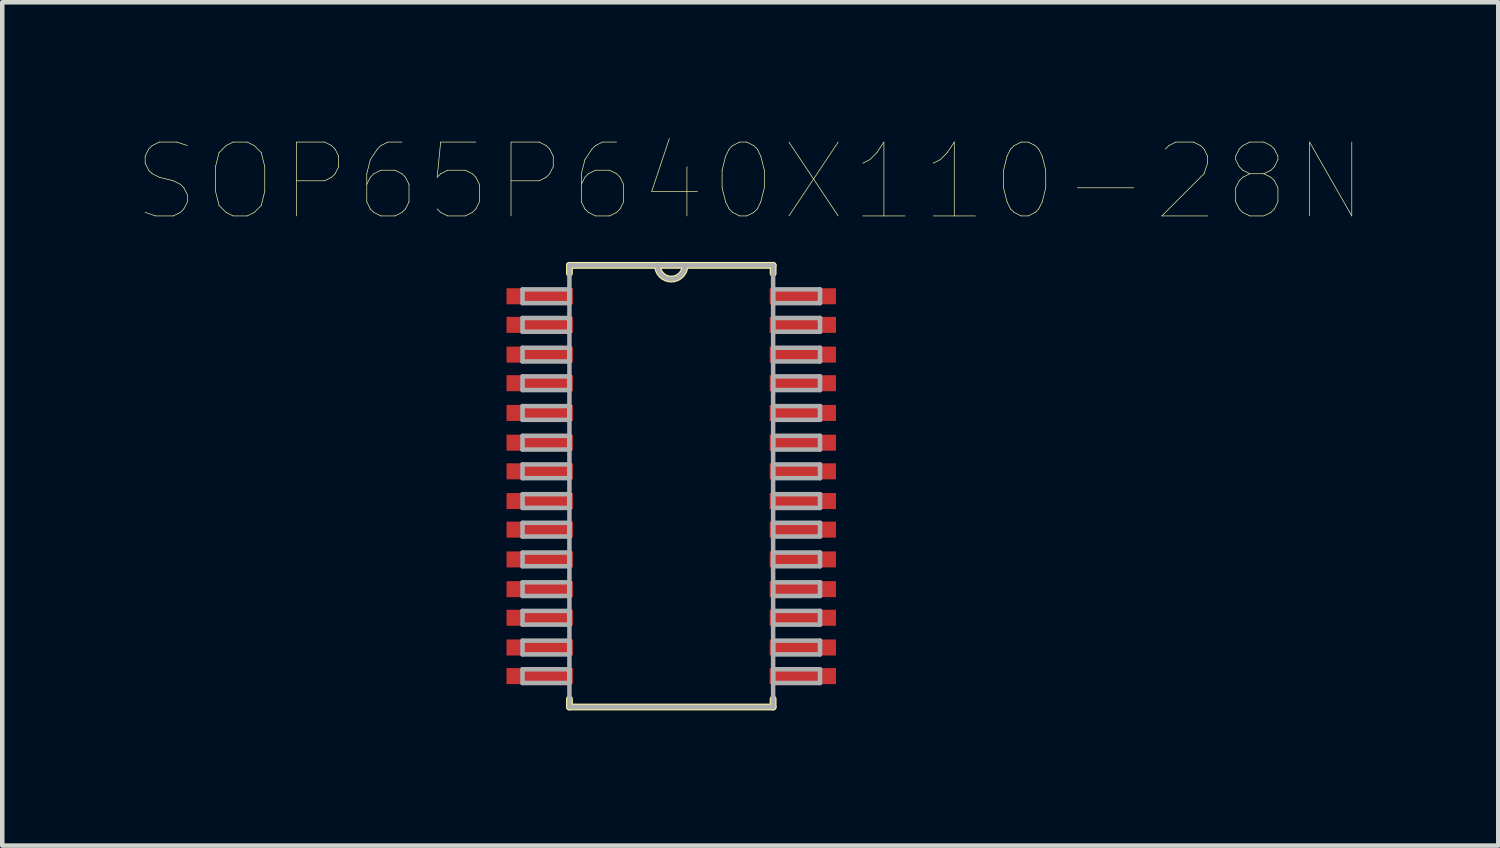
<source format=kicad_pcb>
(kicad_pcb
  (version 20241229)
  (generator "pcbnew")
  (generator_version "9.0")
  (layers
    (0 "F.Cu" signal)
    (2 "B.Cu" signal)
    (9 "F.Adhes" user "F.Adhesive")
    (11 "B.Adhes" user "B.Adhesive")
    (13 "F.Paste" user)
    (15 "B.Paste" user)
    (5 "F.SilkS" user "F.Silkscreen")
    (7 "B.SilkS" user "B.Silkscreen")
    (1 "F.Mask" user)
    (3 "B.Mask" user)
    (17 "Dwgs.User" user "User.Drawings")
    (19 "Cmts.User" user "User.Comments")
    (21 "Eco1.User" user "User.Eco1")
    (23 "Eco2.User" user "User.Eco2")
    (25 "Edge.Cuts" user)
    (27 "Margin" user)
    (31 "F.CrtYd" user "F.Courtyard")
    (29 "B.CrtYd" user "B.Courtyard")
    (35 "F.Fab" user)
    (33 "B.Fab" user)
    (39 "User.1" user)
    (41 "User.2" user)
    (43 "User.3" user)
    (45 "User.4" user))
  (footprint "SOP65P640X110-28N"
    (layer "F.Cu")
    (at 11.852 7.743)
    (property "Reference" "SOP65P640X110-28N" (at 1.753 -6.757 0) (layer "F.SilkS") (effects (font (size 1.64 1.64) (thickness 0.015))))
    (attr through_hole)
    (fp_line (start -2.261 -4.902) (end -2.261 -4.724) (stroke (width 0.152) (type solid)) (layer "F.SilkS"))
    (fp_line (start -2.261 4.724) (end -2.261 4.902) (stroke (width 0.152) (type solid)) (layer "F.SilkS"))
    (fp_line (start -2.261 4.902) (end 2.261 4.902) (stroke (width 0.152) (type solid)) (layer "F.SilkS"))
    (fp_line (start -0.305 -4.902) (end -2.261 -4.902) (stroke (width 0.152) (type solid)) (layer "F.SilkS"))
    (fp_line (start 0.305 -4.902) (end -0.305 -4.902) (stroke (width 0.152) (type solid)) (layer "F.SilkS"))
    (fp_line (start 2.261 -4.902) (end 0.305 -4.902) (stroke (width 0.152) (type solid)) (layer "F.SilkS"))
    (fp_line (start 2.261 -4.724) (end 2.261 -4.902) (stroke (width 0.152) (type solid)) (layer "F.SilkS"))
    (fp_line (start 2.261 4.902) (end 2.261 4.724) (stroke (width 0.152) (type solid)) (layer "F.SilkS"))
    (fp_arc (start 0.3048 -4.9022) (mid 0 -4.5974) (end -0.3048 -4.9022) (stroke (width 0.1524) (type solid)) (layer "F.SilkS"))
    (fp_line (start -3.302 -4.369) (end -3.302 -4.064) (stroke (width 0.1) (type solid)) (layer "F.Fab"))
    (fp_line (start -3.302 -4.064) (end -2.261 -4.064) (stroke (width 0.1) (type solid)) (layer "F.Fab"))
    (fp_line (start -3.302 -3.734) (end -3.302 -3.429) (stroke (width 0.1) (type solid)) (layer "F.Fab"))
    (fp_line (start -3.302 -3.429) (end -2.261 -3.429) (stroke (width 0.1) (type solid)) (layer "F.Fab"))
    (fp_line (start -3.302 -3.073) (end -3.302 -2.769) (stroke (width 0.1) (type solid)) (layer "F.Fab"))
    (fp_line (start -3.302 -2.769) (end -2.261 -2.769) (stroke (width 0.1) (type solid)) (layer "F.Fab"))
    (fp_line (start -3.302 -2.438) (end -3.302 -2.134) (stroke (width 0.1) (type solid)) (layer "F.Fab"))
    (fp_line (start -3.302 -2.134) (end -2.261 -2.134) (stroke (width 0.1) (type solid)) (layer "F.Fab"))
    (fp_line (start -3.302 -1.778) (end -3.302 -1.473) (stroke (width 0.1) (type solid)) (layer "F.Fab"))
    (fp_line (start -3.302 -1.473) (end -2.261 -1.473) (stroke (width 0.1) (type solid)) (layer "F.Fab"))
    (fp_line (start -3.302 -1.118) (end -3.302 -0.813) (stroke (width 0.1) (type solid)) (layer "F.Fab"))
    (fp_line (start -3.302 -0.813) (end -2.261 -0.813) (stroke (width 0.1) (type solid)) (layer "F.Fab"))
    (fp_line (start -3.302 -0.483) (end -3.302 -0.178) (stroke (width 0.1) (type solid)) (layer "F.Fab"))
    (fp_line (start -3.302 -0.178) (end -2.261 -0.178) (stroke (width 0.1) (type solid)) (layer "F.Fab"))
    (fp_line (start -3.302 0.178) (end -3.302 0.483) (stroke (width 0.1) (type solid)) (layer "F.Fab"))
    (fp_line (start -3.302 0.483) (end -2.261 0.483) (stroke (width 0.1) (type solid)) (layer "F.Fab"))
    (fp_line (start -3.302 0.813) (end -3.302 1.118) (stroke (width 0.1) (type solid)) (layer "F.Fab"))
    (fp_line (start -3.302 1.118) (end -2.261 1.118) (stroke (width 0.1) (type solid)) (layer "F.Fab"))
    (fp_line (start -3.302 1.473) (end -3.302 1.778) (stroke (width 0.1) (type solid)) (layer "F.Fab"))
    (fp_line (start -3.302 1.778) (end -2.261 1.778) (stroke (width 0.1) (type solid)) (layer "F.Fab"))
    (fp_line (start -3.302 2.134) (end -3.302 2.438) (stroke (width 0.1) (type solid)) (layer "F.Fab"))
    (fp_line (start -3.302 2.438) (end -2.261 2.438) (stroke (width 0.1) (type solid)) (layer "F.Fab"))
    (fp_line (start -3.302 2.769) (end -3.302 3.073) (stroke (width 0.1) (type solid)) (layer "F.Fab"))
    (fp_line (start -3.302 3.073) (end -2.261 3.073) (stroke (width 0.1) (type solid)) (layer "F.Fab"))
    (fp_line (start -3.302 3.429) (end -3.302 3.734) (stroke (width 0.1) (type solid)) (layer "F.Fab"))
    (fp_line (start -3.302 3.734) (end -2.261 3.734) (stroke (width 0.1) (type solid)) (layer "F.Fab"))
    (fp_line (start -3.302 4.064) (end -3.302 4.369) (stroke (width 0.1) (type solid)) (layer "F.Fab"))
    (fp_line (start -3.302 4.369) (end -2.261 4.369) (stroke (width 0.1) (type solid)) (layer "F.Fab"))
    (fp_line (start -2.261 -4.902) (end -2.261 4.902) (stroke (width 0.1) (type solid)) (layer "F.Fab"))
    (fp_line (start -2.261 -4.369) (end -3.302 -4.369) (stroke (width 0.1) (type solid)) (layer "F.Fab"))
    (fp_line (start -2.261 -4.064) (end -2.261 -4.369) (stroke (width 0.1) (type solid)) (layer "F.Fab"))
    (fp_line (start -2.261 -3.734) (end -3.302 -3.734) (stroke (width 0.1) (type solid)) (layer "F.Fab"))
    (fp_line (start -2.261 -3.429) (end -2.261 -3.734) (stroke (width 0.1) (type solid)) (layer "F.Fab"))
    (fp_line (start -2.261 -3.073) (end -3.302 -3.073) (stroke (width 0.1) (type solid)) (layer "F.Fab"))
    (fp_line (start -2.261 -2.769) (end -2.261 -3.073) (stroke (width 0.1) (type solid)) (layer "F.Fab"))
    (fp_line (start -2.261 -2.438) (end -3.302 -2.438) (stroke (width 0.1) (type solid)) (layer "F.Fab"))
    (fp_line (start -2.261 -2.134) (end -2.261 -2.438) (stroke (width 0.1) (type solid)) (layer "F.Fab"))
    (fp_line (start -2.261 -1.778) (end -3.302 -1.778) (stroke (width 0.1) (type solid)) (layer "F.Fab"))
    (fp_line (start -2.261 -1.473) (end -2.261 -1.778) (stroke (width 0.1) (type solid)) (layer "F.Fab"))
    (fp_line (start -2.261 -1.118) (end -3.302 -1.118) (stroke (width 0.1) (type solid)) (layer "F.Fab"))
    (fp_line (start -2.261 -0.813) (end -2.261 -1.118) (stroke (width 0.1) (type solid)) (layer "F.Fab"))
    (fp_line (start -2.261 -0.483) (end -3.302 -0.483) (stroke (width 0.1) (type solid)) (layer "F.Fab"))
    (fp_line (start -2.261 -0.178) (end -2.261 -0.483) (stroke (width 0.1) (type solid)) (layer "F.Fab"))
    (fp_line (start -2.261 0.178) (end -3.302 0.178) (stroke (width 0.1) (type solid)) (layer "F.Fab"))
    (fp_line (start -2.261 0.483) (end -2.261 0.178) (stroke (width 0.1) (type solid)) (layer "F.Fab"))
    (fp_line (start -2.261 0.813) (end -3.302 0.813) (stroke (width 0.1) (type solid)) (layer "F.Fab"))
    (fp_line (start -2.261 1.118) (end -2.261 0.813) (stroke (width 0.1) (type solid)) (layer "F.Fab"))
    (fp_line (start -2.261 1.473) (end -3.302 1.473) (stroke (width 0.1) (type solid)) (layer "F.Fab"))
    (fp_line (start -2.261 1.778) (end -2.261 1.473) (stroke (width 0.1) (type solid)) (layer "F.Fab"))
    (fp_line (start -2.261 2.134) (end -3.302 2.134) (stroke (width 0.1) (type solid)) (layer "F.Fab"))
    (fp_line (start -2.261 2.438) (end -2.261 2.134) (stroke (width 0.1) (type solid)) (layer "F.Fab"))
    (fp_line (start -2.261 2.769) (end -3.302 2.769) (stroke (width 0.1) (type solid)) (layer "F.Fab"))
    (fp_line (start -2.261 3.073) (end -2.261 2.769) (stroke (width 0.1) (type solid)) (layer "F.Fab"))
    (fp_line (start -2.261 3.429) (end -3.302 3.429) (stroke (width 0.1) (type solid)) (layer "F.Fab"))
    (fp_line (start -2.261 3.734) (end -2.261 3.429) (stroke (width 0.1) (type solid)) (layer "F.Fab"))
    (fp_line (start -2.261 4.064) (end -3.302 4.064) (stroke (width 0.1) (type solid)) (layer "F.Fab"))
    (fp_line (start -2.261 4.369) (end -2.261 4.064) (stroke (width 0.1) (type solid)) (layer "F.Fab"))
    (fp_line (start -2.261 4.902) (end 2.261 4.902) (stroke (width 0.1) (type solid)) (layer "F.Fab"))
    (fp_line (start -0.305 -4.902) (end -2.261 -4.902) (stroke (width 0.1) (type solid)) (layer "F.Fab"))
    (fp_line (start 0.305 -4.902) (end -0.305 -4.902) (stroke (width 0.1) (type solid)) (layer "F.Fab"))
    (fp_line (start 2.261 -4.902) (end 0.305 -4.902) (stroke (width 0.1) (type solid)) (layer "F.Fab"))
    (fp_line (start 2.261 -4.369) (end 2.261 -4.064) (stroke (width 0.1) (type solid)) (layer "F.Fab"))
    (fp_line (start 2.261 -4.064) (end 3.302 -4.064) (stroke (width 0.1) (type solid)) (layer "F.Fab"))
    (fp_line (start 2.261 -3.734) (end 2.261 -3.429) (stroke (width 0.1) (type solid)) (layer "F.Fab"))
    (fp_line (start 2.261 -3.429) (end 3.302 -3.429) (stroke (width 0.1) (type solid)) (layer "F.Fab"))
    (fp_line (start 2.261 -3.073) (end 2.261 -2.769) (stroke (width 0.1) (type solid)) (layer "F.Fab"))
    (fp_line (start 2.261 -2.769) (end 3.302 -2.769) (stroke (width 0.1) (type solid)) (layer "F.Fab"))
    (fp_line (start 2.261 -2.438) (end 2.261 -2.134) (stroke (width 0.1) (type solid)) (layer "F.Fab"))
    (fp_line (start 2.261 -2.134) (end 3.302 -2.134) (stroke (width 0.1) (type solid)) (layer "F.Fab"))
    (fp_line (start 2.261 -1.778) (end 2.261 -1.473) (stroke (width 0.1) (type solid)) (layer "F.Fab"))
    (fp_line (start 2.261 -1.473) (end 3.302 -1.473) (stroke (width 0.1) (type solid)) (layer "F.Fab"))
    (fp_line (start 2.261 -1.118) (end 2.261 -0.813) (stroke (width 0.1) (type solid)) (layer "F.Fab"))
    (fp_line (start 2.261 -0.813) (end 3.302 -0.813) (stroke (width 0.1) (type solid)) (layer "F.Fab"))
    (fp_line (start 2.261 -0.483) (end 2.261 -0.178) (stroke (width 0.1) (type solid)) (layer "F.Fab"))
    (fp_line (start 2.261 -0.178) (end 3.302 -0.178) (stroke (width 0.1) (type solid)) (layer "F.Fab"))
    (fp_line (start 2.261 0.178) (end 2.261 0.483) (stroke (width 0.1) (type solid)) (layer "F.Fab"))
    (fp_line (start 2.261 0.483) (end 3.302 0.483) (stroke (width 0.1) (type solid)) (layer "F.Fab"))
    (fp_line (start 2.261 0.813) (end 2.261 1.118) (stroke (width 0.1) (type solid)) (layer "F.Fab"))
    (fp_line (start 2.261 1.118) (end 3.302 1.118) (stroke (width 0.1) (type solid)) (layer "F.Fab"))
    (fp_line (start 2.261 1.473) (end 2.261 1.778) (stroke (width 0.1) (type solid)) (layer "F.Fab"))
    (fp_line (start 2.261 1.778) (end 3.302 1.778) (stroke (width 0.1) (type solid)) (layer "F.Fab"))
    (fp_line (start 2.261 2.134) (end 2.261 2.438) (stroke (width 0.1) (type solid)) (layer "F.Fab"))
    (fp_line (start 2.261 2.438) (end 3.302 2.438) (stroke (width 0.1) (type solid)) (layer "F.Fab"))
    (fp_line (start 2.261 2.769) (end 2.261 3.073) (stroke (width 0.1) (type solid)) (layer "F.Fab"))
    (fp_line (start 2.261 3.073) (end 3.302 3.073) (stroke (width 0.1) (type solid)) (layer "F.Fab"))
    (fp_line (start 2.261 3.429) (end 2.261 3.734) (stroke (width 0.1) (type solid)) (layer "F.Fab"))
    (fp_line (start 2.261 3.734) (end 3.302 3.734) (stroke (width 0.1) (type solid)) (layer "F.Fab"))
    (fp_line (start 2.261 4.064) (end 2.261 4.369) (stroke (width 0.1) (type solid)) (layer "F.Fab"))
    (fp_line (start 2.261 4.369) (end 3.302 4.369) (stroke (width 0.1) (type solid)) (layer "F.Fab"))
    (fp_line (start 2.261 4.902) (end 2.261 -4.902) (stroke (width 0.1) (type solid)) (layer "F.Fab"))
    (fp_line (start 3.302 -4.369) (end 2.261 -4.369) (stroke (width 0.1) (type solid)) (layer "F.Fab"))
    (fp_line (start 3.302 -4.064) (end 3.302 -4.369) (stroke (width 0.1) (type solid)) (layer "F.Fab"))
    (fp_line (start 3.302 -3.734) (end 2.261 -3.734) (stroke (width 0.1) (type solid)) (layer "F.Fab"))
    (fp_line (start 3.302 -3.429) (end 3.302 -3.734) (stroke (width 0.1) (type solid)) (layer "F.Fab"))
    (fp_line (start 3.302 -3.073) (end 2.261 -3.073) (stroke (width 0.1) (type solid)) (layer "F.Fab"))
    (fp_line (start 3.302 -2.769) (end 3.302 -3.073) (stroke (width 0.1) (type solid)) (layer "F.Fab"))
    (fp_line (start 3.302 -2.438) (end 2.261 -2.438) (stroke (width 0.1) (type solid)) (layer "F.Fab"))
    (fp_line (start 3.302 -2.134) (end 3.302 -2.438) (stroke (width 0.1) (type solid)) (layer "F.Fab"))
    (fp_line (start 3.302 -1.778) (end 2.261 -1.778) (stroke (width 0.1) (type solid)) (layer "F.Fab"))
    (fp_line (start 3.302 -1.473) (end 3.302 -1.778) (stroke (width 0.1) (type solid)) (layer "F.Fab"))
    (fp_line (start 3.302 -1.118) (end 2.261 -1.118) (stroke (width 0.1) (type solid)) (layer "F.Fab"))
    (fp_line (start 3.302 -0.813) (end 3.302 -1.118) (stroke (width 0.1) (type solid)) (layer "F.Fab"))
    (fp_line (start 3.302 -0.483) (end 2.261 -0.483) (stroke (width 0.1) (type solid)) (layer "F.Fab"))
    (fp_line (start 3.302 -0.178) (end 3.302 -0.483) (stroke (width 0.1) (type solid)) (layer "F.Fab"))
    (fp_line (start 3.302 0.178) (end 2.261 0.178) (stroke (width 0.1) (type solid)) (layer "F.Fab"))
    (fp_line (start 3.302 0.483) (end 3.302 0.178) (stroke (width 0.1) (type solid)) (layer "F.Fab"))
    (fp_line (start 3.302 0.813) (end 2.261 0.813) (stroke (width 0.1) (type solid)) (layer "F.Fab"))
    (fp_line (start 3.302 1.118) (end 3.302 0.813) (stroke (width 0.1) (type solid)) (layer "F.Fab"))
    (fp_line (start 3.302 1.473) (end 2.261 1.473) (stroke (width 0.1) (type solid)) (layer "F.Fab"))
    (fp_line (start 3.302 1.778) (end 3.302 1.473) (stroke (width 0.1) (type solid)) (layer "F.Fab"))
    (fp_line (start 3.302 2.134) (end 2.261 2.134) (stroke (width 0.1) (type solid)) (layer "F.Fab"))
    (fp_line (start 3.302 2.438) (end 3.302 2.134) (stroke (width 0.1) (type solid)) (layer "F.Fab"))
    (fp_line (start 3.302 2.769) (end 2.261 2.769) (stroke (width 0.1) (type solid)) (layer "F.Fab"))
    (fp_line (start 3.302 3.073) (end 3.302 2.769) (stroke (width 0.1) (type solid)) (layer "F.Fab"))
    (fp_line (start 3.302 3.429) (end 2.261 3.429) (stroke (width 0.1) (type solid)) (layer "F.Fab"))
    (fp_line (start 3.302 3.734) (end 3.302 3.429) (stroke (width 0.1) (type solid)) (layer "F.Fab"))
    (fp_line (start 3.302 4.064) (end 2.261 4.064) (stroke (width 0.1) (type solid)) (layer "F.Fab"))
    (fp_line (start 3.302 4.369) (end 3.302 4.064) (stroke (width 0.1) (type solid)) (layer "F.Fab"))
    (fp_arc (start 0.3048 -4.9022) (mid 0 -4.5974) (end -0.3048 -4.9022) (stroke (width 0.1) (type solid)) (layer "F.Fab"))
    (pad "1" smd rect (at -2.921 -4.216) (size 1.473 0.356) (layers "F.Cu" "F.Mask" "F.Paste"))
    (pad "2" smd rect (at -2.921 -3.581) (size 1.473 0.356) (layers "F.Cu" "F.Mask" "F.Paste"))
    (pad "3" smd rect (at -2.921 -2.921) (size 1.473 0.356) (layers "F.Cu" "F.Mask" "F.Paste"))
    (pad "4" smd rect (at -2.921 -2.286) (size 1.473 0.356) (layers "F.Cu" "F.Mask" "F.Paste"))
    (pad "5" smd rect (at -2.921 -1.626) (size 1.473 0.356) (layers "F.Cu" "F.Mask" "F.Paste"))
    (pad "6" smd rect (at -2.921 -0.965) (size 1.473 0.356) (layers "F.Cu" "F.Mask" "F.Paste"))
    (pad "7" smd rect (at -2.921 -0.33) (size 1.473 0.356) (layers "F.Cu" "F.Mask" "F.Paste"))
    (pad "8" smd rect (at -2.921 0.33) (size 1.473 0.356) (layers "F.Cu" "F.Mask" "F.Paste"))
    (pad "9" smd rect (at -2.921 0.965) (size 1.473 0.356) (layers "F.Cu" "F.Mask" "F.Paste"))
    (pad "10" smd rect (at -2.921 1.626) (size 1.473 0.356) (layers "F.Cu" "F.Mask" "F.Paste"))
    (pad "11" smd rect (at -2.921 2.286) (size 1.473 0.356) (layers "F.Cu" "F.Mask" "F.Paste"))
    (pad "12" smd rect (at -2.921 2.921) (size 1.473 0.356) (layers "F.Cu" "F.Mask" "F.Paste"))
    (pad "13" smd rect (at -2.921 3.581) (size 1.473 0.356) (layers "F.Cu" "F.Mask" "F.Paste"))
    (pad "14" smd rect (at -2.921 4.216) (size 1.473 0.356) (layers "F.Cu" "F.Mask" "F.Paste"))
    (pad "15" smd rect (at 2.921 4.216) (size 1.473 0.356) (layers "F.Cu" "F.Mask" "F.Paste"))
    (pad "16" smd rect (at 2.921 3.581) (size 1.473 0.356) (layers "F.Cu" "F.Mask" "F.Paste"))
    (pad "17" smd rect (at 2.921 2.921) (size 1.473 0.356) (layers "F.Cu" "F.Mask" "F.Paste"))
    (pad "18" smd rect (at 2.921 2.286) (size 1.473 0.356) (layers "F.Cu" "F.Mask" "F.Paste"))
    (pad "19" smd rect (at 2.921 1.626) (size 1.473 0.356) (layers "F.Cu" "F.Mask" "F.Paste"))
    (pad "20" smd rect (at 2.921 0.965) (size 1.473 0.356) (layers "F.Cu" "F.Mask" "F.Paste"))
    (pad "21" smd rect (at 2.921 0.33) (size 1.473 0.356) (layers "F.Cu" "F.Mask" "F.Paste"))
    (pad "22" smd rect (at 2.921 -0.33) (size 1.473 0.356) (layers "F.Cu" "F.Mask" "F.Paste"))
    (pad "23" smd rect (at 2.921 -0.965) (size 1.473 0.356) (layers "F.Cu" "F.Mask" "F.Paste"))
    (pad "24" smd rect (at 2.921 -1.626) (size 1.473 0.356) (layers "F.Cu" "F.Mask" "F.Paste"))
    (pad "25" smd rect (at 2.921 -2.286) (size 1.473 0.356) (layers "F.Cu" "F.Mask" "F.Paste"))
    (pad "26" smd rect (at 2.921 -2.921) (size 1.473 0.356) (layers "F.Cu" "F.Mask" "F.Paste"))
    (pad "27" smd rect (at 2.921 -3.581) (size 1.473 0.356) (layers "F.Cu" "F.Mask" "F.Paste"))
    (pad "28" smd rect (at 2.921 -4.216) (size 1.473 0.356) (layers "F.Cu" "F.Mask" "F.Paste")))
  (gr_rect
    (start -3 -3)
    (end 30.211 15.722)
    (stroke (width 0.1) (type default))
    (fill no)
    (layer "Edge.Cuts")))
</source>
